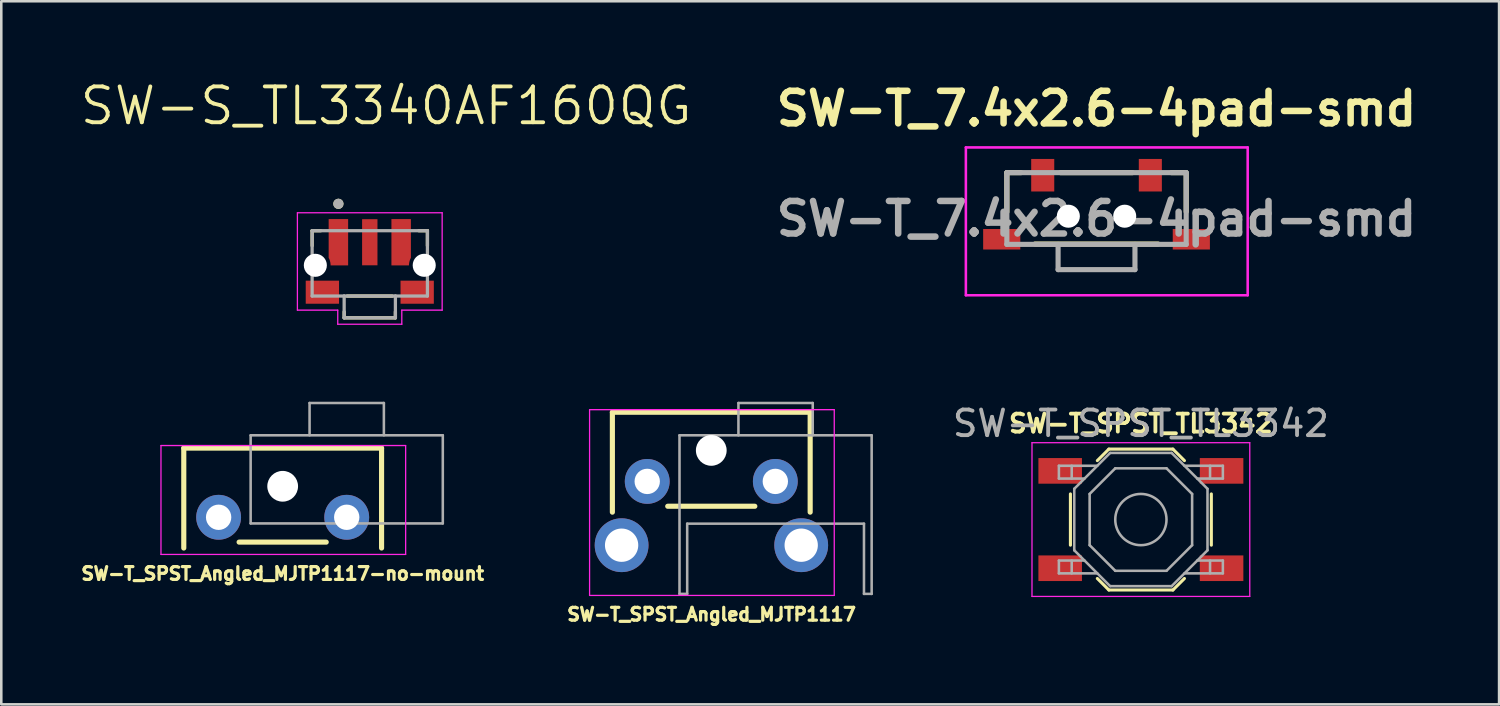
<source format=kicad_pcb>
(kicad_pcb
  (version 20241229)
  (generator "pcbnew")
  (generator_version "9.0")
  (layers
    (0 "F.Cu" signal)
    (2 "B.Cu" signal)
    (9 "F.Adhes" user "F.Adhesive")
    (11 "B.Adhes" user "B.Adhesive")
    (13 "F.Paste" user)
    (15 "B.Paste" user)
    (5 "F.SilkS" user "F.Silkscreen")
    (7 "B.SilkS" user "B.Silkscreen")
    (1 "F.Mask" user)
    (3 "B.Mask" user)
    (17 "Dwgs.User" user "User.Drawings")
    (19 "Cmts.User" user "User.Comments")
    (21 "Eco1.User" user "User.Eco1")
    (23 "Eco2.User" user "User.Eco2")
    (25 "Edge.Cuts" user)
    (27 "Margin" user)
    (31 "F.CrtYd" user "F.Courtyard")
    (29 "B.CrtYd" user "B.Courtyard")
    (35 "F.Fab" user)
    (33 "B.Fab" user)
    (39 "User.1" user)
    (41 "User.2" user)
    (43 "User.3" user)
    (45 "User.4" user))
  (footprint "SW-S_TL3340AF160QG"
    (layer "F.Cu")
    (at 11.383 7.305)
    (property "Reference" "SW-S_TL3340AF160QG" (at 0.635 -6.223 0) (layer "F.SilkS") (effects (font (size 1.4 1.4) (thickness 0.15))))
    (attr smd)
    (fp_poly (pts (xy -1.7 -1.9) (xy -0.75 -1.9) (xy -0.75 0.1) (xy -1.533 0.1) (xy -1.531 0.083) (xy -1.528 0.048) (xy -1.527 0.013) (xy -1.527 -0.021) (xy -1.528 -0.039) (xy -1.528 -0.039) (xy -1.529 -0.048) (xy -1.531 -0.067) (xy -1.534 -0.086) (xy -1.537 -0.105) (xy -1.539 -0.114) (xy -1.54 -0.123) (xy -1.544 -0.142) (xy -1.549 -0.16) (xy -1.553 -0.178) (xy -1.556 -0.187) (xy -1.569 -0.219) (xy -1.599 -0.282) (xy -1.635 -0.342) (xy -1.677 -0.397) (xy -1.7 -0.423)) (stroke (width 0.01) (type solid)) (fill yes) (layer "F.Mask"))
    (fp_poly (pts (xy 1.7 -1.9) (xy 0.75 -1.9) (xy 0.75 0.1) (xy 1.533 0.1) (xy 1.531 0.083) (xy 1.528 0.048) (xy 1.527 0.013) (xy 1.527 -0.021) (xy 1.528 -0.039) (xy 1.528 -0.039) (xy 1.529 -0.048) (xy 1.531 -0.067) (xy 1.534 -0.086) (xy 1.537 -0.105) (xy 1.539 -0.114) (xy 1.539 -0.114) (xy 1.54 -0.123) (xy 1.544 -0.142) (xy 1.549 -0.16) (xy 1.553 -0.178) (xy 1.556 -0.187) (xy 1.569 -0.219) (xy 1.599 -0.282) (xy 1.635 -0.342) (xy 1.677 -0.397) (xy 1.7 -0.423) (xy 1.7 -0.423)) (stroke (width 0.01) (type solid)) (fill yes) (layer "F.Mask"))
    (fp_line (start -2.25 -1.35) (end -2.25 -0.763) (stroke (width 0.127) (type solid)) (layer "F.SilkS"))
    (fp_line (start -1.913 -1.35) (end -2.25 -1.35) (stroke (width 0.127) (type solid)) (layer "F.SilkS"))
    (fp_line (start -1 2.05) (end -1 1.813) (stroke (width 0.127) (type solid)) (layer "F.SilkS"))
    (fp_line (start -1 2.05) (end 1 2.05) (stroke (width 0.127) (type solid)) (layer "F.SilkS"))
    (fp_line (start -0.886 1.2) (end 0.886 1.2) (stroke (width 0.127) (type solid)) (layer "F.SilkS"))
    (fp_line (start 1 2.05) (end 1 1.813) (stroke (width 0.127) (type solid)) (layer "F.SilkS"))
    (fp_line (start 1.913 -1.35) (end 2.25 -1.35) (stroke (width 0.127) (type solid)) (layer "F.SilkS"))
    (fp_line (start 2.25 -1.35) (end 2.25 -0.763) (stroke (width 0.127) (type solid)) (layer "F.SilkS"))
    (fp_circle (center -1.225 -2.4) (end -1.125 -2.4) (stroke (width 0.2) (type solid)) (fill no) (layer "F.SilkS"))
    (fp_poly (pts (xy -1.6 -1.8) (xy -0.85 -1.8) (xy -0.85 0) (xy -1.525 0) (xy -1.525 -0.009) (xy -1.525 -0.027) (xy -1.526 -0.045) (xy -1.529 -0.063) (xy -1.53 -0.071) (xy -1.53 -0.071) (xy -1.531 -0.08) (xy -1.533 -0.098) (xy -1.536 -0.116) (xy -1.54 -0.134) (xy -1.543 -0.143) (xy -1.545 -0.153) (xy -1.551 -0.175) (xy -1.557 -0.196) (xy -1.565 -0.217) (xy -1.569 -0.227) (xy -1.572 -0.236) (xy -1.579 -0.252) (xy -1.587 -0.268) (xy -1.595 -0.283) (xy -1.6 -0.29) (xy -1.6 -0.3)) (stroke (width 0.01) (type solid)) (fill yes) (layer "F.Paste"))
    (fp_poly (pts (xy 1.6 -1.8) (xy 0.85 -1.8) (xy 0.85 0) (xy 1.525 0) (xy 1.525 -0.009) (xy 1.525 -0.027) (xy 1.526 -0.045) (xy 1.529 -0.063) (xy 1.53 -0.071) (xy 1.53 -0.071) (xy 1.531 -0.08) (xy 1.533 -0.098) (xy 1.536 -0.116) (xy 1.54 -0.134) (xy 1.543 -0.143) (xy 1.545 -0.153) (xy 1.551 -0.175) (xy 1.557 -0.196) (xy 1.565 -0.217) (xy 1.569 -0.227) (xy 1.572 -0.236) (xy 1.579 -0.252) (xy 1.587 -0.268) (xy 1.595 -0.283) (xy 1.6 -0.29) (xy 1.6 -0.3)) (stroke (width 0.01) (type solid)) (fill yes) (layer "F.Paste"))
    (fp_line (start -2.825 -2.05) (end -2.825 1.75) (stroke (width 0.05) (type solid)) (layer "F.CrtYd"))
    (fp_line (start -2.825 1.75) (end -1.25 1.75) (stroke (width 0.05) (type solid)) (layer "F.CrtYd"))
    (fp_line (start -1.25 1.75) (end -1.25 2.3) (stroke (width 0.05) (type solid)) (layer "F.CrtYd"))
    (fp_line (start -1.25 2.3) (end 1.25 2.3) (stroke (width 0.05) (type solid)) (layer "F.CrtYd"))
    (fp_line (start 1.25 1.75) (end 2.825 1.75) (stroke (width 0.05) (type solid)) (layer "F.CrtYd"))
    (fp_line (start 1.25 2.3) (end 1.25 1.75) (stroke (width 0.05) (type solid)) (layer "F.CrtYd"))
    (fp_line (start 2.825 -2.05) (end -2.825 -2.05) (stroke (width 0.05) (type solid)) (layer "F.CrtYd"))
    (fp_line (start 2.825 1.75) (end 2.825 -2.05) (stroke (width 0.05) (type solid)) (layer "F.CrtYd"))
    (fp_line (start -2.25 -1.35) (end -2.25 1.2) (stroke (width 0.127) (type solid)) (layer "F.Fab"))
    (fp_line (start -2.25 1.2) (end -1 1.2) (stroke (width 0.127) (type solid)) (layer "F.Fab"))
    (fp_line (start -1 1.2) (end -1 2.05) (stroke (width 0.127) (type solid)) (layer "F.Fab"))
    (fp_line (start -1 1.2) (end 1 1.2) (stroke (width 0.127) (type solid)) (layer "F.Fab"))
    (fp_line (start -1 2.05) (end 1 2.05) (stroke (width 0.127) (type solid)) (layer "F.Fab"))
    (fp_line (start 1 1.2) (end 2.25 1.2) (stroke (width 0.127) (type solid)) (layer "F.Fab"))
    (fp_line (start 1 2.05) (end 1 1.2) (stroke (width 0.127) (type solid)) (layer "F.Fab"))
    (fp_line (start 2.25 -1.35) (end -2.25 -1.35) (stroke (width 0.127) (type solid)) (layer "F.Fab"))
    (fp_line (start 2.25 1.2) (end 2.25 -1.35) (stroke (width 0.127) (type solid)) (layer "F.Fab"))
    (fp_circle (center -1.225 -2.4) (end -1.125 -2.4) (stroke (width 0.2) (type solid)) (fill no) (layer "F.Fab"))
    (pad "" np_thru_hole circle (at -2.125 0) (size 0.9 0.9) (drill 0.9) (layers "*.Cu" "*.Mask"))
    (pad "" np_thru_hole circle (at 2.125 0) (size 0.9 0.9) (drill 0.9) (layers "*.Cu" "*.Mask"))
    (pad "1" smd custom (at -1.225 -0.9) (size 0.2 0.2) (layers "F.Cu") (options (anchor rect)) (primitives (gr_poly (pts (xy -0.375 -0.9) (xy 0.375 -0.9) (xy 0.375 0.9) (xy -0.3 0.9) (xy -0.3 0.891) (xy -0.3 0.873) (xy -0.301 0.855) (xy -0.304 0.837) (xy -0.305 0.829) (xy -0.305 0.829) (xy -0.306 0.82) (xy -0.308 0.802) (xy -0.311 0.784) (xy -0.315 0.766) (xy -0.318 0.757) (xy -0.32 0.747) (xy -0.326 0.725) (xy -0.332 0.704) (xy -0.34 0.683) (xy -0.344 0.673) (xy -0.347 0.664) (xy -0.354 0.648) (xy -0.362 0.632) (xy -0.37 0.617) (xy -0.375 0.61) (xy -0.375 0.6)) (width 0.01) (fill yes))))
    (pad "2" smd rect (at 0 -0.9) (size 0.6 1.8) (layers "F.Cu" "F.Mask" "F.Paste"))
    (pad "3" smd custom (at 1.225 -0.9) (size 0.2 0.2) (layers "F.Cu") (options (anchor rect)) (primitives (gr_poly (pts (xy 0.375 -0.9) (xy -0.375 -0.9) (xy -0.375 0.9) (xy 0.3 0.9) (xy 0.3 0.891) (xy 0.3 0.873) (xy 0.301 0.855) (xy 0.304 0.837) (xy 0.305 0.829) (xy 0.305 0.829) (xy 0.306 0.82) (xy 0.308 0.802) (xy 0.311 0.784) (xy 0.315 0.766) (xy 0.318 0.757) (xy 0.32 0.747) (xy 0.326 0.725) (xy 0.332 0.704) (xy 0.34 0.683) (xy 0.344 0.673) (xy 0.347 0.664) (xy 0.354 0.648) (xy 0.362 0.632) (xy 0.37 0.617) (xy 0.375 0.61) (xy 0.375 0.6)) (width 0.01) (fill yes))))
    (pad "S1" smd rect (at -1.85 1.05) (size 1.3 0.9) (layers "F.Cu" "F.Mask" "F.Paste"))
    (pad "S2" smd rect (at 1.85 1.05) (size 1.3 0.9) (layers "F.Cu" "F.Mask" "F.Paste"))
    (zone (net_name "") (layer "F.Cu") (hatch full 0.508) (connect_pads) (min_thickness 0.01) (filled_areas_thickness no) (keepout (tracks not_allowed) (vias not_allowed) (pads not_allowed) (copperpour not_allowed) (footprints allowed)) (placement (enabled no)) (fill) (polygon (pts (xy 10.383 7.605) (xy 12.383 7.605) (xy 12.383 8.805) (xy 10.383 8.805))))
    (zone (net_name "") (layers "F.Cu" "B.Cu") (hatch full 0.508) (connect_pads) (min_thickness 0.01) (filled_areas_thickness no) (keepout (tracks allowed) (vias not_allowed) (pads allowed) (copperpour allowed) (footprints allowed)) (placement (enabled no)) (fill) (polygon (pts (xy 10.383 7.605) (xy 12.383 7.605) (xy 12.383 8.805) (xy 10.383 8.805)))))
  (footprint "SW-T_7.4x2.6-4pad-smd"
    (layer "F.Cu")
    (at 39.749 5.489)
    (property "Reference" "SW-T_7.4x2.6-4pad-smd" (at 0 -4.3 0) (layer "F.SilkS") (effects (font (size 1.27 1.27) (thickness 0.254))))
    (attr smd)
    (fp_line (start -3.5 -1.8) (end -3.5 -0.265) (stroke (width 0.2) (type solid)) (layer "F.SilkS"))
    (fp_line (start -2.95 -1.8) (end -3.5 -1.8) (stroke (width 0.2) (type solid)) (layer "F.SilkS"))
    (fp_line (start -2.4 0.985) (end 2.4 0.985) (stroke (width 0.2) (type solid)) (layer "F.SilkS"))
    (fp_line (start -1.4 -1.8) (end 1.4 -1.8) (stroke (width 0.2) (type solid)) (layer "F.SilkS"))
    (fp_line (start 3.475 -1.8) (end 2.925 -1.8) (stroke (width 0.2) (type solid)) (layer "F.SilkS"))
    (fp_line (start 3.5 -1.8) (end 3.5 -0.275) (stroke (width 0.2) (type solid)) (layer "F.SilkS"))
    (fp_line (start -5.1 -2.785) (end 5.9 -2.785) (stroke (width 0.1) (type solid)) (layer "F.CrtYd"))
    (fp_line (start -5.1 2.985) (end -5.1 -2.785) (stroke (width 0.1) (type solid)) (layer "F.CrtYd"))
    (fp_line (start 5.9 -2.785) (end 5.9 2.985) (stroke (width 0.1) (type solid)) (layer "F.CrtYd"))
    (fp_line (start 5.9 2.985) (end -5.1 2.985) (stroke (width 0.1) (type solid)) (layer "F.CrtYd"))
    (fp_line (start -3.5 -1.8) (end 3.5 -1.8) (stroke (width 0.2) (type solid)) (layer "F.Fab"))
    (fp_line (start -3.5 1) (end -3.5 -1.8) (stroke (width 0.2) (type solid)) (layer "F.Fab"))
    (fp_line (start -1.5 1) (end -1.5 1.985) (stroke (width 0.2) (type solid)) (layer "F.Fab"))
    (fp_line (start -1.5 1.985) (end 1.5 1.985) (stroke (width 0.2) (type solid)) (layer "F.Fab"))
    (fp_line (start 1.5 1.985) (end 1.5 1) (stroke (width 0.2) (type solid)) (layer "F.Fab"))
    (fp_line (start 3.5 -1.8) (end 3.5 1) (stroke (width 0.2) (type solid)) (layer "F.Fab"))
    (fp_line (start 3.5 1) (end -3.5 1) (stroke (width 0.2) (type solid)) (layer "F.Fab"))
    (fp_text user "${REFERENCE}" (at 0 0 0) (layer "F.Fab") (effects (font (size 1.27 1.27) (thickness 0.254))))
    (pad "" np_thru_hole circle (at -1.1 -0.1) (size 0.9 0.9) (drill 1) (layers "*.Cu" "*.Mask"))
    (pad "" np_thru_hole circle (at 1.1 -0.1) (size 0.9 0.9) (drill 1) (layers "*.Cu" "*.Mask"))
    (pad "1" smd rect (at -2.1 -1.7) (size 0.9 1.27) (layers "F.Cu" "F.Mask" "F.Paste"))
    (pad "2" smd rect (at 2.1 -1.7) (size 0.9 1.27) (layers "F.Cu" "F.Mask" "F.Paste"))
    (pad "3" smd rect (at -3.7 0.8 90) (size 0.8 1.45) (layers "F.Cu" "F.Mask" "F.Paste"))
    (pad "4" smd rect (at 3.7 0.8 90) (size 0.8 1.45) (layers "F.Cu" "F.Mask" "F.Paste")))
  (footprint "SW-T_SPST_TL3342"
    (layer "F.Cu")
    (at 41.48 17.229)
    (property "Reference" "SW-T_SPST_TL3342" (at 0 -3.75 0) (layer "F.SilkS") (effects (font (size 0.7 0.7) (thickness 0.15))))
    (attr smd)
    (fp_line (start -2.75 -1) (end -2.75 1) (stroke (width 0.12) (type solid)) (layer "F.SilkS"))
    (fp_line (start -1.7 -2.3) (end -1.25 -2.75) (stroke (width 0.12) (type solid)) (layer "F.SilkS"))
    (fp_line (start -1.7 2.3) (end -1.25 2.75) (stroke (width 0.12) (type solid)) (layer "F.SilkS"))
    (fp_line (start -1.25 -2.75) (end 1.25 -2.75) (stroke (width 0.12) (type solid)) (layer "F.SilkS"))
    (fp_line (start -1.25 2.75) (end 1.25 2.75) (stroke (width 0.12) (type solid)) (layer "F.SilkS"))
    (fp_line (start 1.7 -2.3) (end 1.25 -2.75) (stroke (width 0.12) (type solid)) (layer "F.SilkS"))
    (fp_line (start 1.7 2.3) (end 1.25 2.75) (stroke (width 0.12) (type solid)) (layer "F.SilkS"))
    (fp_line (start 2.75 -1) (end 2.75 1) (stroke (width 0.12) (type solid)) (layer "F.SilkS"))
    (fp_line (start -4.25 -3) (end 4.25 -3) (stroke (width 0.05) (type solid)) (layer "F.CrtYd"))
    (fp_line (start -4.25 3) (end -4.25 -3) (stroke (width 0.05) (type solid)) (layer "F.CrtYd"))
    (fp_line (start 4.25 -3) (end 4.25 3) (stroke (width 0.05) (type solid)) (layer "F.CrtYd"))
    (fp_line (start 4.25 3) (end -4.25 3) (stroke (width 0.05) (type solid)) (layer "F.CrtYd"))
    (fp_line (start -3.2 -2.1) (end -3.2 -1.6) (stroke (width 0.1) (type solid)) (layer "F.Fab"))
    (fp_line (start -3.2 -1.6) (end -2.2 -1.6) (stroke (width 0.1) (type solid)) (layer "F.Fab"))
    (fp_line (start -3.2 1.6) (end -2.2 1.6) (stroke (width 0.1) (type solid)) (layer "F.Fab"))
    (fp_line (start -3.2 2.1) (end -3.2 1.6) (stroke (width 0.1) (type solid)) (layer "F.Fab"))
    (fp_line (start -2.7 -2.1) (end -2.7 -1.6) (stroke (width 0.1) (type solid)) (layer "F.Fab"))
    (fp_line (start -2.7 2.1) (end -2.7 1.6) (stroke (width 0.1) (type solid)) (layer "F.Fab"))
    (fp_line (start -2.6 -1.2) (end -2.6 1.2) (stroke (width 0.1) (type solid)) (layer "F.Fab"))
    (fp_line (start -2.6 1.2) (end -1.2 2.6) (stroke (width 0.1) (type solid)) (layer "F.Fab"))
    (fp_line (start -2 -1) (end -1 -2) (stroke (width 0.1) (type solid)) (layer "F.Fab"))
    (fp_line (start -2 1) (end -2 -1) (stroke (width 0.1) (type solid)) (layer "F.Fab"))
    (fp_line (start -1.7 -2.1) (end -3.2 -2.1) (stroke (width 0.1) (type solid)) (layer "F.Fab"))
    (fp_line (start -1.7 2.1) (end -3.2 2.1) (stroke (width 0.1) (type solid)) (layer "F.Fab"))
    (fp_line (start -1.2 -2.6) (end -2.6 -1.2) (stroke (width 0.1) (type solid)) (layer "F.Fab"))
    (fp_line (start -1.2 2.6) (end 1.2 2.6) (stroke (width 0.1) (type solid)) (layer "F.Fab"))
    (fp_line (start -1 -2) (end 1 -2) (stroke (width 0.1) (type solid)) (layer "F.Fab"))
    (fp_line (start -1 2) (end -2 1) (stroke (width 0.1) (type solid)) (layer "F.Fab"))
    (fp_line (start 1 -2) (end 2 -1) (stroke (width 0.1) (type solid)) (layer "F.Fab"))
    (fp_line (start 1 2) (end -1 2) (stroke (width 0.1) (type solid)) (layer "F.Fab"))
    (fp_line (start 1.2 -2.6) (end -1.2 -2.6) (stroke (width 0.1) (type solid)) (layer "F.Fab"))
    (fp_line (start 1.2 2.6) (end 2.6 1.2) (stroke (width 0.1) (type solid)) (layer "F.Fab"))
    (fp_line (start 1.7 -2.1) (end 3.2 -2.1) (stroke (width 0.1) (type solid)) (layer "F.Fab"))
    (fp_line (start 1.7 2.1) (end 3.2 2.1) (stroke (width 0.1) (type solid)) (layer "F.Fab"))
    (fp_line (start 2 -1) (end 2 1) (stroke (width 0.1) (type solid)) (layer "F.Fab"))
    (fp_line (start 2 1) (end 1 2) (stroke (width 0.1) (type solid)) (layer "F.Fab"))
    (fp_line (start 2.6 -1.2) (end 1.2 -2.6) (stroke (width 0.1) (type solid)) (layer "F.Fab"))
    (fp_line (start 2.6 1.2) (end 2.6 -1.2) (stroke (width 0.1) (type solid)) (layer "F.Fab"))
    (fp_line (start 2.7 -2.1) (end 2.7 -1.6) (stroke (width 0.1) (type solid)) (layer "F.Fab"))
    (fp_line (start 2.7 2.1) (end 2.7 1.6) (stroke (width 0.1) (type solid)) (layer "F.Fab"))
    (fp_line (start 3.2 -2.1) (end 3.2 -1.6) (stroke (width 0.1) (type solid)) (layer "F.Fab"))
    (fp_line (start 3.2 -1.6) (end 2.2 -1.6) (stroke (width 0.1) (type solid)) (layer "F.Fab"))
    (fp_line (start 3.2 1.6) (end 2.2 1.6) (stroke (width 0.1) (type solid)) (layer "F.Fab"))
    (fp_line (start 3.2 2.1) (end 3.2 1.6) (stroke (width 0.1) (type solid)) (layer "F.Fab"))
    (fp_circle (center 0 0) (end 1 0) (stroke (width 0.1) (type solid)) (fill no) (layer "F.Fab"))
    (fp_text user "${REFERENCE}" (at 0 -3.75 0) (layer "F.Fab") (effects (font (size 1 1) (thickness 0.15))))
    (pad "1" smd rect (at -3.15 -1.9) (size 1.7 1) (layers "F.Cu" "F.Mask" "F.Paste"))
    (pad "1" smd rect (at 3.15 -1.9) (size 1.7 1) (layers "F.Cu" "F.Mask" "F.Paste"))
    (pad "2" smd rect (at -3.15 1.9) (size 1.7 1) (layers "F.Cu" "F.Mask" "F.Paste"))
    (pad "2" smd rect (at 3.15 1.9) (size 1.7 1) (layers "F.Cu" "F.Mask" "F.Paste")))
  (footprint "SW-T_SPST_Angled_MJTP1117-no-mount"
    (layer "F.Cu")
    (at 7.983 16.53)
    (property "Reference" "SW-T_SPST_Angled_MJTP1117-no-mount" (at 0 2.81 0) (layer "F.SilkS") (effects (font (size 0.5 0.5) (thickness 0.125))))
    (attr through_hole)
    (fp_line (start -3.86 -2.09) (end -3.86 1.81) (stroke (width 0.2) (type solid)) (layer "F.SilkS"))
    (fp_line (start -3.86 -2.09) (end 3.86 -2.09) (stroke (width 0.2) (type solid)) (layer "F.SilkS"))
    (fp_line (start -1.7 1.58) (end 1.7 1.58) (stroke (width 0.2) (type solid)) (layer "F.SilkS"))
    (fp_line (start 3.86 -2.09) (end 3.86 1.81) (stroke (width 0.2) (type solid)) (layer "F.SilkS"))
    (fp_line (start -4.75 -2.19) (end 4.8 -2.19) (stroke (width 0.05) (type solid)) (layer "F.CrtYd"))
    (fp_line (start -4.75 2.06) (end -4.75 -2.19) (stroke (width 0.05) (type solid)) (layer "F.CrtYd"))
    (fp_line (start 4.8 -2.19) (end 4.8 2.06) (stroke (width 0.05) (type solid)) (layer "F.CrtYd"))
    (fp_line (start 4.8 2.06) (end -4.75 2.06) (stroke (width 0.05) (type solid)) (layer "F.CrtYd"))
    (fp_line (start -1.25 -2.59) (end 6.25 -2.59) (stroke (width 0.1) (type solid)) (layer "F.Fab"))
    (fp_line (start -1.25 0.85) (end -1.25 -2.59) (stroke (width 0.1) (type solid)) (layer "F.Fab"))
    (fp_line (start -1.25 0.85) (end 6.25 0.85) (stroke (width 0.1) (type solid)) (layer "F.Fab"))
    (fp_line (start 1.05 -3.85) (end 1.05 -2.59) (stroke (width 0.1) (type solid)) (layer "F.Fab"))
    (fp_line (start 1.05 -3.85) (end 3.95 -3.85) (stroke (width 0.1) (type solid)) (layer "F.Fab"))
    (fp_line (start 3.95 -3.85) (end 3.95 -2.59) (stroke (width 0.1) (type solid)) (layer "F.Fab"))
    (fp_line (start 6.25 0.85) (end 6.25 -2.59) (stroke (width 0.1) (type solid)) (layer "F.Fab"))
    (pad "" np_thru_hole circle (at 0 -0.6) (size 1.2 1.2) (drill 1.2) (layers "*.Cu" "*.Mask"))
    (pad "1" thru_hole circle (at -2.5 0.61) (size 1.75 1.75) (drill 0.99) (layers "*.Cu" "*.Mask"))
    (pad "2" thru_hole circle (at 2.5 0.61) (size 1.75 1.75) (drill 0.99) (layers "*.Cu" "*.Mask")))
  (footprint "SW-T_SPST_Angled_MJTP1117"
    (layer "F.Cu")
    (at 24.722 16.53)
    (property "Reference" "SW-T_SPST_Angled_MJTP1117" (at 0 4.4 0) (layer "F.SilkS") (effects (font (size 0.5 0.5) (thickness 0.125))))
    (attr through_hole)
    (fp_line (start -3.87 -3.49) (end -3.87 0.41) (stroke (width 0.2) (type solid)) (layer "F.SilkS"))
    (fp_line (start -3.87 -3.49) (end 3.85 -3.49) (stroke (width 0.2) (type solid)) (layer "F.SilkS"))
    (fp_line (start -1.71 0.18) (end 1.69 0.18) (stroke (width 0.2) (type solid)) (layer "F.SilkS"))
    (fp_line (start 3.85 -3.49) (end 3.85 0.41) (stroke (width 0.2) (type solid)) (layer "F.SilkS"))
    (fp_line (start -4.76 -3.59) (end 4.79 -3.59) (stroke (width 0.05) (type solid)) (layer "F.CrtYd"))
    (fp_line (start -4.76 3.66) (end -4.76 -3.59) (stroke (width 0.05) (type solid)) (layer "F.CrtYd"))
    (fp_line (start 4.79 -3.59) (end 4.79 3.66) (stroke (width 0.05) (type solid)) (layer "F.CrtYd"))
    (fp_line (start 4.79 3.66) (end -4.76 3.66) (stroke (width 0.05) (type solid)) (layer "F.CrtYd"))
    (fp_line (start -1.25 -2.59) (end 6.25 -2.59) (stroke (width 0.1) (type solid)) (layer "F.Fab"))
    (fp_line (start -1.25 3.6) (end -1.25 -2.59) (stroke (width 0.1) (type solid)) (layer "F.Fab"))
    (fp_line (start -1.25 3.6) (end -0.95 3.6) (stroke (width 0.1) (type solid)) (layer "F.Fab"))
    (fp_line (start -0.95 0.86) (end 5.95 0.86) (stroke (width 0.1) (type solid)) (layer "F.Fab"))
    (fp_line (start -0.95 3.6) (end -0.95 0.86) (stroke (width 0.1) (type solid)) (layer "F.Fab"))
    (fp_line (start 1.05 -3.85) (end 1.05 -2.59) (stroke (width 0.1) (type solid)) (layer "F.Fab"))
    (fp_line (start 1.05 -3.85) (end 3.95 -3.85) (stroke (width 0.1) (type solid)) (layer "F.Fab"))
    (fp_line (start 3.95 -3.85) (end 3.95 -2.59) (stroke (width 0.1) (type solid)) (layer "F.Fab"))
    (fp_line (start 5.95 3.6) (end 5.95 0.86) (stroke (width 0.1) (type solid)) (layer "F.Fab"))
    (fp_line (start 5.95 3.6) (end 6.25 3.6) (stroke (width 0.1) (type solid)) (layer "F.Fab"))
    (fp_line (start 6.25 3.6) (end 6.25 -2.59) (stroke (width 0.1) (type solid)) (layer "F.Fab"))
    (pad "" thru_hole circle (at -3.51 1.7) (size 2.1 2.1) (drill 1.3) (layers "*.Cu" "*.Mask"))
    (pad "" np_thru_hole circle (at -0.01 -2) (size 1.2 1.2) (drill 1.2) (layers "*.Cu" "*.Mask"))
    (pad "" thru_hole circle (at 3.5 1.7) (size 2.1 2.1) (drill 1.3) (layers "*.Cu" "*.Mask"))
    (pad "1" thru_hole circle (at -2.51 -0.79) (size 1.75 1.75) (drill 0.99) (layers "*.Cu" "*.Mask"))
    (pad "2" thru_hole circle (at 2.49 -0.79) (size 1.75 1.75) (drill 0.99) (layers "*.Cu" "*.Mask")))
  (gr_rect
    (start -3 -3)
    (end 55.461 24.442)
    (stroke (width 0.1) (type default))
    (fill no)
    (layer "Edge.Cuts")))
</source>
